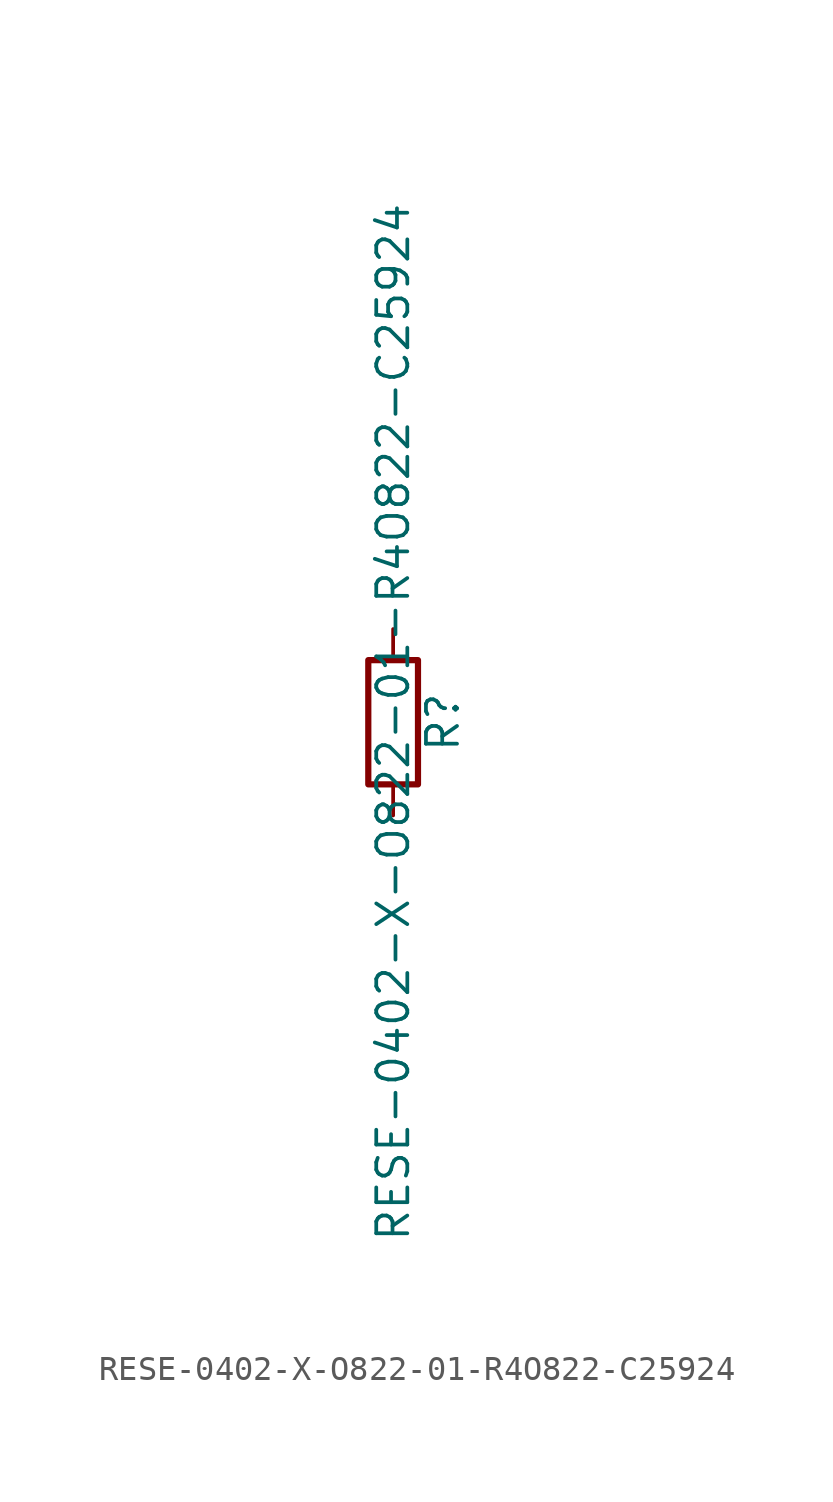
<source format=kicad_sym>
(kicad_symbol_lib
  (version 20211014)
  (generator kicad_symbol_editor)
  (symbol "RESE-0402-X-O822-01-R4O822-C25924"
    (pin_numbers hide)
    (pin_names
      (offset 0))
    (property "Reference" "R"
      (at 2.032 0 90)
      (effects (font (size 1.27 1.27))))
    (property "Value" "RESE-0402-X-O822-01-R4O822-C25924"
      (at 0 0 90)
      (effects (font (size 1.27 1.27))))
    (symbol "RESE-0402-X-O822-01-R4O822-C25924_0_1"
      (rectangle (start -1.016 -2.54) (end 1.016 2.54) (stroke (width 0.254) (type default) (color 0 0 0 0)) (fill (type none))))
    (symbol "RESE-0402-X-O822-01-R4O822-C25924_1_1"
      (pin passive line (at 0 3.81 270) (length 1.27) (name "~" (effects (font (size 1.27 1.27)))) (number "1" (effects (font (size 1.27 1.27)))))
      (pin passive line (at 0 -3.81 90) (length 1.27) (name "~" (effects (font (size 1.27 1.27)))) (number "2" (effects (font (size 1.27 1.27))))))))
</source>
